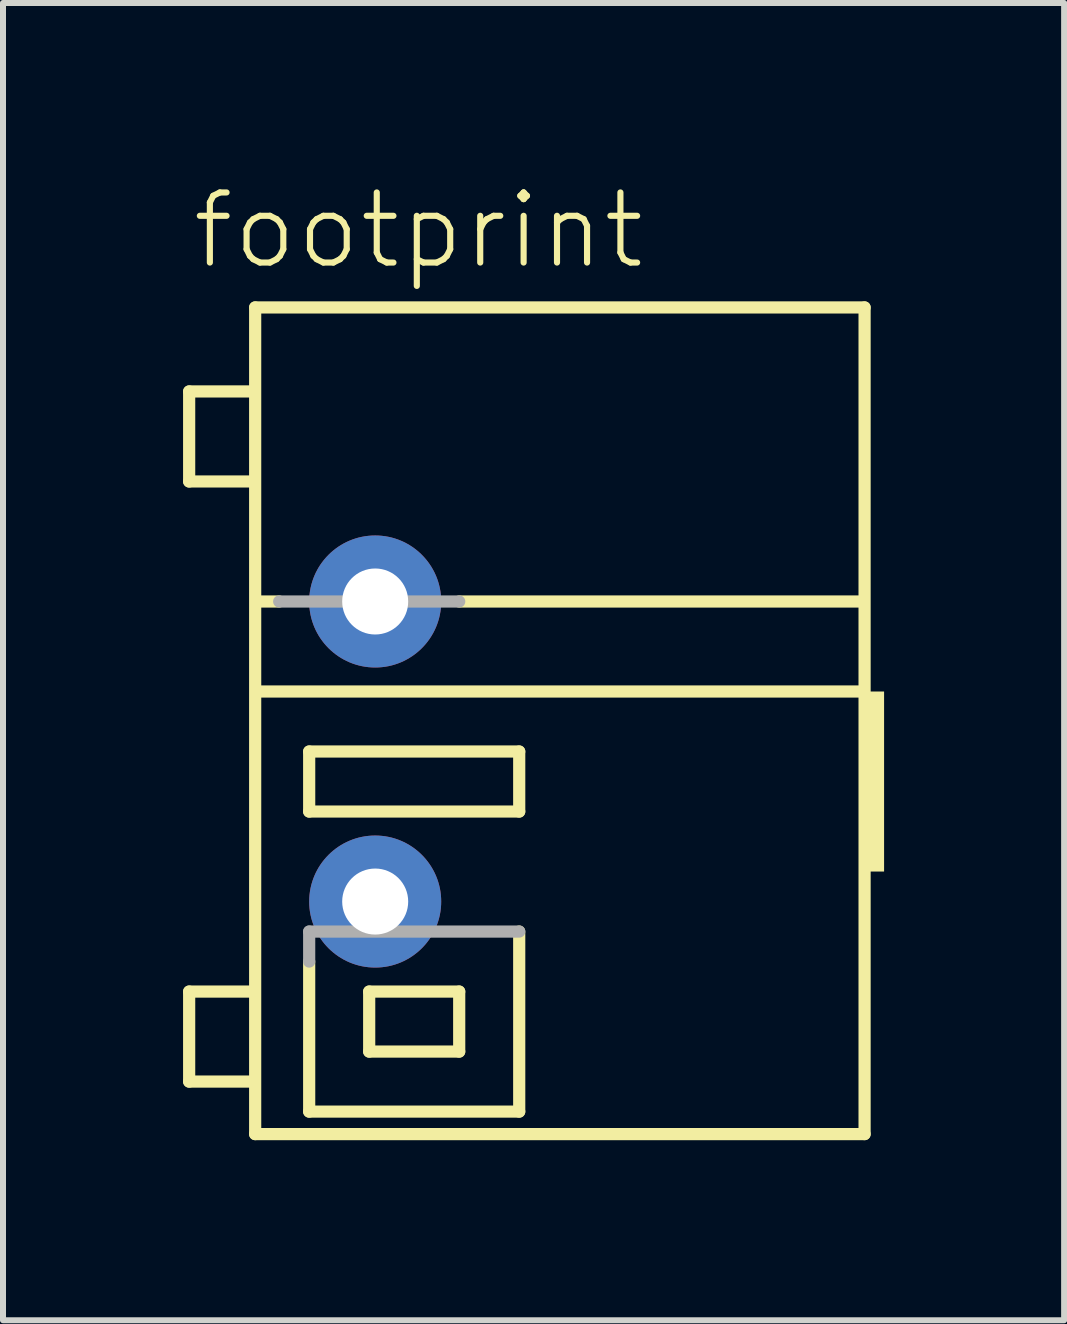
<source format=kicad_pcb>
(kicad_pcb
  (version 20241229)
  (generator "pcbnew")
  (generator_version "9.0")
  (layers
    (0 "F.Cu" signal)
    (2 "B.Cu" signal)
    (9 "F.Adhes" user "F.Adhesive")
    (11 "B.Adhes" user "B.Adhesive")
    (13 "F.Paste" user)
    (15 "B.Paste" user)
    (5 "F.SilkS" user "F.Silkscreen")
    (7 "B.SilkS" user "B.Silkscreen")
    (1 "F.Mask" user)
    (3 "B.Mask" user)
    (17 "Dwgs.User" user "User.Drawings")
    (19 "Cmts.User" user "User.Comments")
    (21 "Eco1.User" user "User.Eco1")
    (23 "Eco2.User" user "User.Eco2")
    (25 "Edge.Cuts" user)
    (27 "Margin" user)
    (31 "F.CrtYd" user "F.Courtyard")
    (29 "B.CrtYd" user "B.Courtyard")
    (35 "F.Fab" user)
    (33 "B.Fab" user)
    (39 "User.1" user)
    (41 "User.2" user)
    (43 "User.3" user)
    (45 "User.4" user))
  (footprint "footprint"
    (layer "F.Cu")
    (at 3.202 9.473)
    (property "Reference" "footprint" (at -3.1 -8 0) (layer "F.SilkS") (effects (font (size 1.168 1.168) (thickness 0.102)) (justify left bottom)))
    (fp_line (start -3.1 -6) (end -3.1 -4.5) (stroke (width 0.203) (type solid)) (layer "F.SilkS"))
    (fp_line (start -3.1 -4.5) (end -2.1 -4.5) (stroke (width 0.203) (type solid)) (layer "F.SilkS"))
    (fp_line (start -3.1 4) (end -2.1 4) (stroke (width 0.203) (type solid)) (layer "F.SilkS"))
    (fp_line (start -3.1 5.5) (end -3.1 4) (stroke (width 0.203) (type solid)) (layer "F.SilkS"))
    (fp_line (start -2.1 -6) (end -3.1 -6) (stroke (width 0.203) (type solid)) (layer "F.SilkS"))
    (fp_line (start -2.1 5.5) (end -3.1 5.5) (stroke (width 0.203) (type solid)) (layer "F.SilkS"))
    (fp_line (start -2 -7.4) (end 8.155 -7.4) (stroke (width 0.203) (type solid)) (layer "F.SilkS"))
    (fp_line (start -2 6.375) (end -2 -7.4) (stroke (width 0.203) (type solid)) (layer "F.SilkS"))
    (fp_line (start -1.6 -2.5) (end -1.925 -2.5) (stroke (width 0.203) (type solid)) (layer "F.SilkS"))
    (fp_line (start -1.1 0) (end 2.4 0) (stroke (width 0.203) (type solid)) (layer "F.SilkS"))
    (fp_line (start -1.1 1) (end -1.1 0) (stroke (width 0.203) (type solid)) (layer "F.SilkS"))
    (fp_line (start -1.1 3.5) (end -1.1 6) (stroke (width 0.203) (type solid)) (layer "F.SilkS"))
    (fp_line (start -1.1 6) (end 2.4 6) (stroke (width 0.203) (type solid)) (layer "F.SilkS"))
    (fp_line (start -0.1 4) (end -0.1 5) (stroke (width 0.203) (type solid)) (layer "F.SilkS"))
    (fp_line (start -0.1 5) (end 1.4 5) (stroke (width 0.203) (type solid)) (layer "F.SilkS"))
    (fp_line (start 1.4 4) (end -0.1 4) (stroke (width 0.203) (type solid)) (layer "F.SilkS"))
    (fp_line (start 1.4 5) (end 1.4 4) (stroke (width 0.203) (type solid)) (layer "F.SilkS"))
    (fp_line (start 2.4 0) (end 2.4 1) (stroke (width 0.203) (type solid)) (layer "F.SilkS"))
    (fp_line (start 2.4 1) (end -1.1 1) (stroke (width 0.203) (type solid)) (layer "F.SilkS"))
    (fp_line (start 2.4 6) (end 2.4 3) (stroke (width 0.203) (type solid)) (layer "F.SilkS"))
    (fp_line (start 8.105 -2.5) (end 1.4 -2.5) (stroke (width 0.203) (type solid)) (layer "F.SilkS"))
    (fp_line (start 8.105 -1) (end -1.925 -1) (stroke (width 0.203) (type solid)) (layer "F.SilkS"))
    (fp_line (start 8.155 -7.4) (end 8.155 6.375) (stroke (width 0.203) (type solid)) (layer "F.SilkS"))
    (fp_line (start 8.155 6.375) (end -2 6.375) (stroke (width 0.203) (type solid)) (layer "F.SilkS"))
    (fp_poly (pts (xy 8.18 2) (xy 8.48 2) (xy 8.48 -1) (xy 8.18 -1)) (stroke (width 0) (type solid)) (fill yes) (layer "F.SilkS"))
    (fp_line (start -1.1 3) (end -1.1 3.5) (stroke (width 0.203) (type solid)) (layer "F.Fab"))
    (fp_line (start 1.4 -2.5) (end -1.6 -2.5) (stroke (width 0.203) (type solid)) (layer "F.Fab"))
    (fp_line (start 2.4 3) (end -1.1 3) (stroke (width 0.203) (type solid)) (layer "F.Fab"))
    (pad "1@1" thru_hole circle (at 0 2.5) (size 2.2 2.2) (drill 1.1) (layers "*.Cu" "*.Mask"))
    (pad "1@2" thru_hole circle (at 0 -2.5) (size 2.2 2.2) (drill 1.1) (layers "*.Cu" "*.Mask")))
  (gr_rect
    (start -3 -3)
    (end 14.682 18.95)
    (stroke (width 0.1) (type default))
    (fill no)
    (layer "Edge.Cuts")))
</source>
